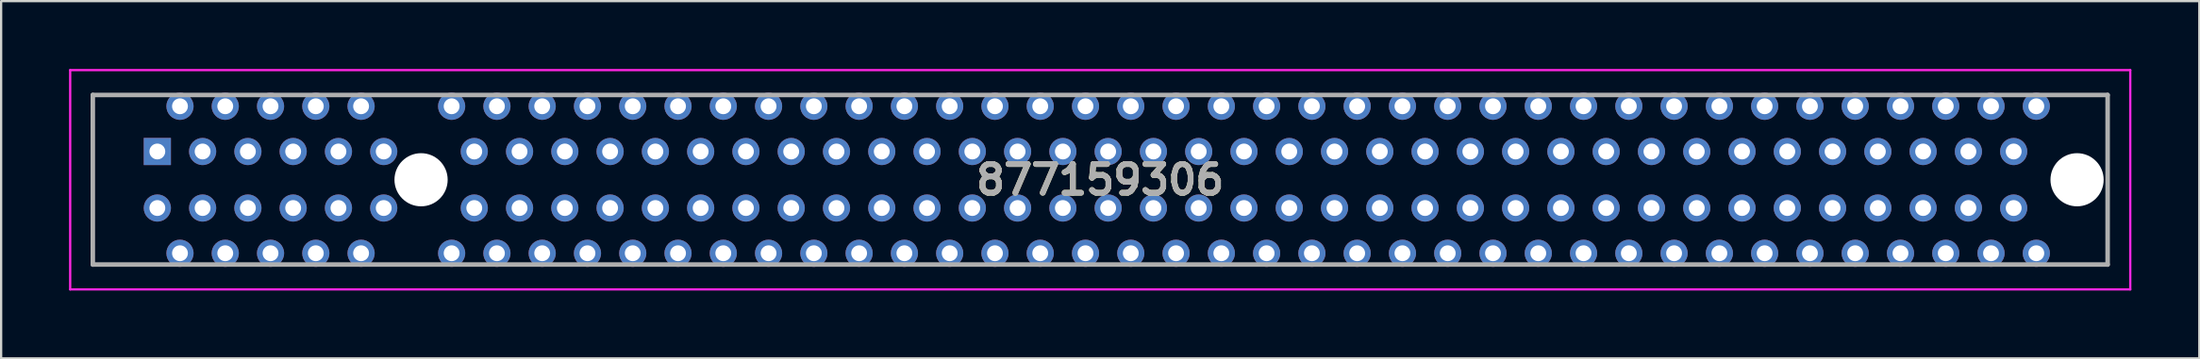
<source format=kicad_pcb>
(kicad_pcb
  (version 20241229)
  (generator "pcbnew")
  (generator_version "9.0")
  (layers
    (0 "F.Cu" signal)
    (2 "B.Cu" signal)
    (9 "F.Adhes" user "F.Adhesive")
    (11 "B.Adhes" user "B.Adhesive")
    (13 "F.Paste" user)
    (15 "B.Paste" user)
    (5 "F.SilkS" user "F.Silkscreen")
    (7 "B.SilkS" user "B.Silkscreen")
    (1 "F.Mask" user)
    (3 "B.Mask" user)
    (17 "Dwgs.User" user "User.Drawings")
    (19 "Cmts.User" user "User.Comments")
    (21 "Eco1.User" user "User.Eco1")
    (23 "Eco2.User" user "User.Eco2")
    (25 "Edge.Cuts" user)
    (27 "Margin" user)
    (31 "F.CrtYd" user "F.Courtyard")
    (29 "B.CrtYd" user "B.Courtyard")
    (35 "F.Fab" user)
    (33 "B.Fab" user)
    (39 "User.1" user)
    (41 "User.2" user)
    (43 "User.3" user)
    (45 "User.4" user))
  (footprint "877159306"
    (layer "F.Cu")
    (at 3.9 3.65)
    (property "Reference" "877159306" (at 41.65 1.25 0) (layer "F.SilkS") (effects (font (size 1.27 1.27) (thickness 0.254))))
    (attr through_hole)
    (fp_line (start -2.85 -2.5) (end -2.85 -2.5) (stroke (width 0.1) (type solid)) (layer "F.SilkS"))
    (fp_line (start -2.85 -2.5) (end -2.85 -2.5) (stroke (width 0.1) (type solid)) (layer "F.SilkS"))
    (fp_line (start -2.85 -2.5) (end -2.85 5) (stroke (width 0.1) (type solid)) (layer "F.SilkS"))
    (fp_line (start -2.85 -2.5) (end -0.25 -2.5) (stroke (width 0.1) (type solid)) (layer "F.SilkS"))
    (fp_line (start -2.85 5) (end -2.85 -2.5) (stroke (width 0.1) (type solid)) (layer "F.SilkS"))
    (fp_line (start -2.85 5) (end -2.85 5) (stroke (width 0.1) (type solid)) (layer "F.SilkS"))
    (fp_line (start -2.85 5) (end -2.85 5) (stroke (width 0.1) (type solid)) (layer "F.SilkS"))
    (fp_line (start -2.85 5) (end -0.25 5) (stroke (width 0.1) (type solid)) (layer "F.SilkS"))
    (fp_line (start -0.25 -2.5) (end -2.85 -2.5) (stroke (width 0.1) (type solid)) (layer "F.SilkS"))
    (fp_line (start -0.25 -2.5) (end -0.25 -2.5) (stroke (width 0.1) (type solid)) (layer "F.SilkS"))
    (fp_line (start -0.25 5) (end -2.85 5) (stroke (width 0.1) (type solid)) (layer "F.SilkS"))
    (fp_line (start -0.25 5) (end -0.25 5) (stroke (width 0.1) (type solid)) (layer "F.SilkS"))
    (fp_line (start 10.25 -2.5) (end 10.25 -2.5) (stroke (width 0.1) (type solid)) (layer "F.SilkS"))
    (fp_line (start 10.25 -2.5) (end 11.75 -2.5) (stroke (width 0.1) (type solid)) (layer "F.SilkS"))
    (fp_line (start 10.25 5) (end 10.25 5) (stroke (width 0.1) (type solid)) (layer "F.SilkS"))
    (fp_line (start 10.25 5) (end 11.75 5) (stroke (width 0.1) (type solid)) (layer "F.SilkS"))
    (fp_line (start 11.75 -2.5) (end 10.25 -2.5) (stroke (width 0.1) (type solid)) (layer "F.SilkS"))
    (fp_line (start 11.75 -2.5) (end 11.75 -2.5) (stroke (width 0.1) (type solid)) (layer "F.SilkS"))
    (fp_line (start 11.75 5) (end 10.25 5) (stroke (width 0.1) (type solid)) (layer "F.SilkS"))
    (fp_line (start 11.75 5) (end 11.75 5) (stroke (width 0.1) (type solid)) (layer "F.SilkS"))
    (fp_line (start 84.25 -2.5) (end 84.25 -2.5) (stroke (width 0.1) (type solid)) (layer "F.SilkS"))
    (fp_line (start 84.25 -2.5) (end 86.15 -2.5) (stroke (width 0.1) (type solid)) (layer "F.SilkS"))
    (fp_line (start 84.25 5) (end 84.25 5) (stroke (width 0.1) (type solid)) (layer "F.SilkS"))
    (fp_line (start 84.25 5) (end 86.15 5) (stroke (width 0.1) (type solid)) (layer "F.SilkS"))
    (fp_line (start 86.15 -2.5) (end 84.25 -2.5) (stroke (width 0.1) (type solid)) (layer "F.SilkS"))
    (fp_line (start 86.15 -2.5) (end 86.15 -2.5) (stroke (width 0.1) (type solid)) (layer "F.SilkS"))
    (fp_line (start 86.15 -2.5) (end 86.15 -2.5) (stroke (width 0.1) (type solid)) (layer "F.SilkS"))
    (fp_line (start 86.15 -2.5) (end 86.15 -0.5) (stroke (width 0.1) (type solid)) (layer "F.SilkS"))
    (fp_line (start 86.15 -0.5) (end 86.15 -2.5) (stroke (width 0.1) (type solid)) (layer "F.SilkS"))
    (fp_line (start 86.15 -0.5) (end 86.15 -0.5) (stroke (width 0.1) (type solid)) (layer "F.SilkS"))
    (fp_line (start 86.15 3) (end 86.15 3) (stroke (width 0.1) (type solid)) (layer "F.SilkS"))
    (fp_line (start 86.15 3) (end 86.15 5) (stroke (width 0.1) (type solid)) (layer "F.SilkS"))
    (fp_line (start 86.15 5) (end 84.25 5) (stroke (width 0.1) (type solid)) (layer "F.SilkS"))
    (fp_line (start 86.15 5) (end 86.15 3) (stroke (width 0.1) (type solid)) (layer "F.SilkS"))
    (fp_line (start 86.15 5) (end 86.15 5) (stroke (width 0.1) (type solid)) (layer "F.SilkS"))
    (fp_line (start 86.15 5) (end 86.15 5) (stroke (width 0.1) (type solid)) (layer "F.SilkS"))
    (fp_line (start -3.85 -3.6) (end 87.15 -3.6) (stroke (width 0.1) (type solid)) (layer "F.CrtYd"))
    (fp_line (start -3.85 6.1) (end -3.85 -3.6) (stroke (width 0.1) (type solid)) (layer "F.CrtYd"))
    (fp_line (start 87.15 -3.6) (end 87.15 6.1) (stroke (width 0.1) (type solid)) (layer "F.CrtYd"))
    (fp_line (start 87.15 6.1) (end -3.85 6.1) (stroke (width 0.1) (type solid)) (layer "F.CrtYd"))
    (fp_line (start -2.85 -2.5) (end -2.85 5) (stroke (width 0.2) (type solid)) (layer "F.Fab"))
    (fp_line (start -2.85 5) (end 86.15 5) (stroke (width 0.2) (type solid)) (layer "F.Fab"))
    (fp_line (start 86.15 -2.5) (end -2.85 -2.5) (stroke (width 0.2) (type solid)) (layer "F.Fab"))
    (fp_line (start 86.15 5) (end 86.15 -2.5) (stroke (width 0.2) (type solid)) (layer "F.Fab"))
    (fp_text user "${REFERENCE}" (at 41.65 1.25 0) (layer "F.Fab") (effects (font (size 1.27 1.27) (thickness 0.254))))
    (pad "" np_thru_hole circle (at 11.65 1.25) (size 2.35 2.35) (drill 2.35) (layers "*.Cu" "*.Mask"))
    (pad "" np_thru_hole circle (at 84.8 1.25) (size 2.35 2.35) (drill 2.35) (layers "*.Cu" "*.Mask"))
    (pad "A1" thru_hole rect (at 0 0) (size 1.2 1.2) (drill 0.7) (layers "*.Cu" "*.Mask"))
    (pad "A2" thru_hole circle (at 1 -2) (size 1.2 1.2) (drill 0.7) (layers "*.Cu" "*.Mask"))
    (pad "A3" thru_hole circle (at 2 0) (size 1.2 1.2) (drill 0.7) (layers "*.Cu" "*.Mask"))
    (pad "A4" thru_hole circle (at 3 -2) (size 1.2 1.2) (drill 0.7) (layers "*.Cu" "*.Mask"))
    (pad "A5" thru_hole circle (at 4 0) (size 1.2 1.2) (drill 0.7) (layers "*.Cu" "*.Mask"))
    (pad "A6" thru_hole circle (at 5 -2) (size 1.2 1.2) (drill 0.7) (layers "*.Cu" "*.Mask"))
    (pad "A7" thru_hole circle (at 6 0) (size 1.2 1.2) (drill 0.7) (layers "*.Cu" "*.Mask"))
    (pad "A8" thru_hole circle (at 7 -2) (size 1.2 1.2) (drill 0.7) (layers "*.Cu" "*.Mask"))
    (pad "A9" thru_hole circle (at 8 0) (size 1.2 1.2) (drill 0.7) (layers "*.Cu" "*.Mask"))
    (pad "A10" thru_hole circle (at 9 -2) (size 1.2 1.2) (drill 0.7) (layers "*.Cu" "*.Mask"))
    (pad "A11" thru_hole circle (at 10 0) (size 1.2 1.2) (drill 0.7) (layers "*.Cu" "*.Mask"))
    (pad "A12" thru_hole circle (at 13 -2) (size 1.2 1.2) (drill 0.7) (layers "*.Cu" "*.Mask"))
    (pad "A13" thru_hole circle (at 14 0) (size 1.2 1.2) (drill 0.7) (layers "*.Cu" "*.Mask"))
    (pad "A14" thru_hole circle (at 15 -2) (size 1.2 1.2) (drill 0.7) (layers "*.Cu" "*.Mask"))
    (pad "A15" thru_hole circle (at 16 0) (size 1.2 1.2) (drill 0.7) (layers "*.Cu" "*.Mask"))
    (pad "A16" thru_hole circle (at 17 -2) (size 1.2 1.2) (drill 0.7) (layers "*.Cu" "*.Mask"))
    (pad "A17" thru_hole circle (at 18 0) (size 1.2 1.2) (drill 0.7) (layers "*.Cu" "*.Mask"))
    (pad "A18" thru_hole circle (at 19 -2) (size 1.2 1.2) (drill 0.7) (layers "*.Cu" "*.Mask"))
    (pad "A19" thru_hole circle (at 20 0) (size 1.2 1.2) (drill 0.7) (layers "*.Cu" "*.Mask"))
    (pad "A20" thru_hole circle (at 21 -2) (size 1.2 1.2) (drill 0.7) (layers "*.Cu" "*.Mask"))
    (pad "A21" thru_hole circle (at 22 0) (size 1.2 1.2) (drill 0.7) (layers "*.Cu" "*.Mask"))
    (pad "A22" thru_hole circle (at 23 -2) (size 1.2 1.2) (drill 0.7) (layers "*.Cu" "*.Mask"))
    (pad "A23" thru_hole circle (at 24 0) (size 1.2 1.2) (drill 0.7) (layers "*.Cu" "*.Mask"))
    (pad "A24" thru_hole circle (at 25 -2) (size 1.2 1.2) (drill 0.7) (layers "*.Cu" "*.Mask"))
    (pad "A25" thru_hole circle (at 26 0) (size 1.2 1.2) (drill 0.7) (layers "*.Cu" "*.Mask"))
    (pad "A26" thru_hole circle (at 27 -2) (size 1.2 1.2) (drill 0.7) (layers "*.Cu" "*.Mask"))
    (pad "A27" thru_hole circle (at 28 0) (size 1.2 1.2) (drill 0.7) (layers "*.Cu" "*.Mask"))
    (pad "A28" thru_hole circle (at 29 -2) (size 1.2 1.2) (drill 0.7) (layers "*.Cu" "*.Mask"))
    (pad "A29" thru_hole circle (at 30 0) (size 1.2 1.2) (drill 0.7) (layers "*.Cu" "*.Mask"))
    (pad "A30" thru_hole circle (at 31 -2) (size 1.2 1.2) (drill 0.7) (layers "*.Cu" "*.Mask"))
    (pad "A31" thru_hole circle (at 32 0) (size 1.2 1.2) (drill 0.7) (layers "*.Cu" "*.Mask"))
    (pad "A32" thru_hole circle (at 33 -2) (size 1.2 1.2) (drill 0.7) (layers "*.Cu" "*.Mask"))
    (pad "A33" thru_hole circle (at 34 0) (size 1.2 1.2) (drill 0.7) (layers "*.Cu" "*.Mask"))
    (pad "A34" thru_hole circle (at 35 -2) (size 1.2 1.2) (drill 0.7) (layers "*.Cu" "*.Mask"))
    (pad "A35" thru_hole circle (at 36 0) (size 1.2 1.2) (drill 0.7) (layers "*.Cu" "*.Mask"))
    (pad "A36" thru_hole circle (at 37 -2) (size 1.2 1.2) (drill 0.7) (layers "*.Cu" "*.Mask"))
    (pad "A37" thru_hole circle (at 38 0) (size 1.2 1.2) (drill 0.7) (layers "*.Cu" "*.Mask"))
    (pad "A38" thru_hole circle (at 39 -2) (size 1.2 1.2) (drill 0.7) (layers "*.Cu" "*.Mask"))
    (pad "A39" thru_hole circle (at 40 0) (size 1.2 1.2) (drill 0.7) (layers "*.Cu" "*.Mask"))
    (pad "A40" thru_hole circle (at 41 -2) (size 1.2 1.2) (drill 0.7) (layers "*.Cu" "*.Mask"))
    (pad "A41" thru_hole circle (at 42 0) (size 1.2 1.2) (drill 0.7) (layers "*.Cu" "*.Mask"))
    (pad "A42" thru_hole circle (at 43 -2) (size 1.2 1.2) (drill 0.7) (layers "*.Cu" "*.Mask"))
    (pad "A43" thru_hole circle (at 44 0) (size 1.2 1.2) (drill 0.7) (layers "*.Cu" "*.Mask"))
    (pad "A44" thru_hole circle (at 45 -2) (size 1.2 1.2) (drill 0.7) (layers "*.Cu" "*.Mask"))
    (pad "A45" thru_hole circle (at 46 0) (size 1.2 1.2) (drill 0.7) (layers "*.Cu" "*.Mask"))
    (pad "A46" thru_hole circle (at 47 -2) (size 1.2 1.2) (drill 0.7) (layers "*.Cu" "*.Mask"))
    (pad "A47" thru_hole circle (at 48 0) (size 1.2 1.2) (drill 0.7) (layers "*.Cu" "*.Mask"))
    (pad "A48" thru_hole circle (at 49 -2) (size 1.2 1.2) (drill 0.7) (layers "*.Cu" "*.Mask"))
    (pad "A49" thru_hole circle (at 50 0) (size 1.2 1.2) (drill 0.7) (layers "*.Cu" "*.Mask"))
    (pad "A50" thru_hole circle (at 51 -2) (size 1.2 1.2) (drill 0.7) (layers "*.Cu" "*.Mask"))
    (pad "A51" thru_hole circle (at 52 0) (size 1.2 1.2) (drill 0.7) (layers "*.Cu" "*.Mask"))
    (pad "A52" thru_hole circle (at 53 -2) (size 1.2 1.2) (drill 0.7) (layers "*.Cu" "*.Mask"))
    (pad "A53" thru_hole circle (at 54 0) (size 1.2 1.2) (drill 0.7) (layers "*.Cu" "*.Mask"))
    (pad "A54" thru_hole circle (at 55 -2) (size 1.2 1.2) (drill 0.7) (layers "*.Cu" "*.Mask"))
    (pad "A55" thru_hole circle (at 56 0) (size 1.2 1.2) (drill 0.7) (layers "*.Cu" "*.Mask"))
    (pad "A56" thru_hole circle (at 57 -2) (size 1.2 1.2) (drill 0.7) (layers "*.Cu" "*.Mask"))
    (pad "A57" thru_hole circle (at 58 0) (size 1.2 1.2) (drill 0.7) (layers "*.Cu" "*.Mask"))
    (pad "A58" thru_hole circle (at 59 -2) (size 1.2 1.2) (drill 0.7) (layers "*.Cu" "*.Mask"))
    (pad "A59" thru_hole circle (at 60 0) (size 1.2 1.2) (drill 0.7) (layers "*.Cu" "*.Mask"))
    (pad "A60" thru_hole circle (at 61 -2) (size 1.2 1.2) (drill 0.7) (layers "*.Cu" "*.Mask"))
    (pad "A61" thru_hole circle (at 62 0) (size 1.2 1.2) (drill 0.7) (layers "*.Cu" "*.Mask"))
    (pad "A62" thru_hole circle (at 63 -2) (size 1.2 1.2) (drill 0.7) (layers "*.Cu" "*.Mask"))
    (pad "A63" thru_hole circle (at 64 0) (size 1.2 1.2) (drill 0.7) (layers "*.Cu" "*.Mask"))
    (pad "A64" thru_hole circle (at 65 -2) (size 1.2 1.2) (drill 0.7) (layers "*.Cu" "*.Mask"))
    (pad "A65" thru_hole circle (at 66 0) (size 1.2 1.2) (drill 0.7) (layers "*.Cu" "*.Mask"))
    (pad "A66" thru_hole circle (at 67 -2) (size 1.2 1.2) (drill 0.7) (layers "*.Cu" "*.Mask"))
    (pad "A67" thru_hole circle (at 68 0) (size 1.2 1.2) (drill 0.7) (layers "*.Cu" "*.Mask"))
    (pad "A68" thru_hole circle (at 69 -2) (size 1.2 1.2) (drill 0.7) (layers "*.Cu" "*.Mask"))
    (pad "A69" thru_hole circle (at 70 0) (size 1.2 1.2) (drill 0.7) (layers "*.Cu" "*.Mask"))
    (pad "A70" thru_hole circle (at 71 -2) (size 1.2 1.2) (drill 0.7) (layers "*.Cu" "*.Mask"))
    (pad "A71" thru_hole circle (at 72 0) (size 1.2 1.2) (drill 0.7) (layers "*.Cu" "*.Mask"))
    (pad "A72" thru_hole circle (at 73 -2) (size 1.2 1.2) (drill 0.7) (layers "*.Cu" "*.Mask"))
    (pad "A73" thru_hole circle (at 74 0) (size 1.2 1.2) (drill 0.7) (layers "*.Cu" "*.Mask"))
    (pad "A74" thru_hole circle (at 75 -2) (size 1.2 1.2) (drill 0.7) (layers "*.Cu" "*.Mask"))
    (pad "A75" thru_hole circle (at 76 0) (size 1.2 1.2) (drill 0.7) (layers "*.Cu" "*.Mask"))
    (pad "A76" thru_hole circle (at 77 -2) (size 1.2 1.2) (drill 0.7) (layers "*.Cu" "*.Mask"))
    (pad "A77" thru_hole circle (at 78 0) (size 1.2 1.2) (drill 0.7) (layers "*.Cu" "*.Mask"))
    (pad "A78" thru_hole circle (at 79 -2) (size 1.2 1.2) (drill 0.7) (layers "*.Cu" "*.Mask"))
    (pad "A79" thru_hole circle (at 80 0) (size 1.2 1.2) (drill 0.7) (layers "*.Cu" "*.Mask"))
    (pad "A80" thru_hole circle (at 81 -2) (size 1.2 1.2) (drill 0.7) (layers "*.Cu" "*.Mask"))
    (pad "A81" thru_hole circle (at 82 0) (size 1.2 1.2) (drill 0.7) (layers "*.Cu" "*.Mask"))
    (pad "A82" thru_hole circle (at 83 -2) (size 1.2 1.2) (drill 0.7) (layers "*.Cu" "*.Mask"))
    (pad "B1" thru_hole circle (at 0 2.5) (size 1.2 1.2) (drill 0.7) (layers "*.Cu" "*.Mask"))
    (pad "B2" thru_hole circle (at 1 4.5) (size 1.2 1.2) (drill 0.7) (layers "*.Cu" "*.Mask"))
    (pad "B3" thru_hole circle (at 2 2.5) (size 1.2 1.2) (drill 0.7) (layers "*.Cu" "*.Mask"))
    (pad "B4" thru_hole circle (at 3 4.5) (size 1.2 1.2) (drill 0.7) (layers "*.Cu" "*.Mask"))
    (pad "B5" thru_hole circle (at 4 2.5) (size 1.2 1.2) (drill 0.7) (layers "*.Cu" "*.Mask"))
    (pad "B6" thru_hole circle (at 5 4.5) (size 1.2 1.2) (drill 0.7) (layers "*.Cu" "*.Mask"))
    (pad "B7" thru_hole circle (at 6 2.5) (size 1.2 1.2) (drill 0.7) (layers "*.Cu" "*.Mask"))
    (pad "B8" thru_hole circle (at 7 4.5) (size 1.2 1.2) (drill 0.7) (layers "*.Cu" "*.Mask"))
    (pad "B9" thru_hole circle (at 8 2.5) (size 1.2 1.2) (drill 0.7) (layers "*.Cu" "*.Mask"))
    (pad "B10" thru_hole circle (at 9 4.5) (size 1.2 1.2) (drill 0.7) (layers "*.Cu" "*.Mask"))
    (pad "B11" thru_hole circle (at 10 2.5) (size 1.2 1.2) (drill 0.7) (layers "*.Cu" "*.Mask"))
    (pad "B12" thru_hole circle (at 13 4.5) (size 1.2 1.2) (drill 0.7) (layers "*.Cu" "*.Mask"))
    (pad "B13" thru_hole circle (at 14 2.5) (size 1.2 1.2) (drill 0.7) (layers "*.Cu" "*.Mask"))
    (pad "B14" thru_hole circle (at 15 4.5) (size 1.2 1.2) (drill 0.7) (layers "*.Cu" "*.Mask"))
    (pad "B15" thru_hole circle (at 16 2.5) (size 1.2 1.2) (drill 0.7) (layers "*.Cu" "*.Mask"))
    (pad "B16" thru_hole circle (at 17 4.5) (size 1.2 1.2) (drill 0.7) (layers "*.Cu" "*.Mask"))
    (pad "B17" thru_hole circle (at 18 2.5) (size 1.2 1.2) (drill 0.7) (layers "*.Cu" "*.Mask"))
    (pad "B18" thru_hole circle (at 19 4.5) (size 1.2 1.2) (drill 0.7) (layers "*.Cu" "*.Mask"))
    (pad "B19" thru_hole circle (at 20 2.5) (size 1.2 1.2) (drill 0.7) (layers "*.Cu" "*.Mask"))
    (pad "B20" thru_hole circle (at 21 4.5) (size 1.2 1.2) (drill 0.7) (layers "*.Cu" "*.Mask"))
    (pad "B21" thru_hole circle (at 22 2.5) (size 1.2 1.2) (drill 0.7) (layers "*.Cu" "*.Mask"))
    (pad "B22" thru_hole circle (at 23 4.5) (size 1.2 1.2) (drill 0.7) (layers "*.Cu" "*.Mask"))
    (pad "B23" thru_hole circle (at 24 2.5) (size 1.2 1.2) (drill 0.7) (layers "*.Cu" "*.Mask"))
    (pad "B24" thru_hole circle (at 25 4.5) (size 1.2 1.2) (drill 0.7) (layers "*.Cu" "*.Mask"))
    (pad "B25" thru_hole circle (at 26 2.5) (size 1.2 1.2) (drill 0.7) (layers "*.Cu" "*.Mask"))
    (pad "B26" thru_hole circle (at 27 4.5) (size 1.2 1.2) (drill 0.7) (layers "*.Cu" "*.Mask"))
    (pad "B27" thru_hole circle (at 28 2.5) (size 1.2 1.2) (drill 0.7) (layers "*.Cu" "*.Mask"))
    (pad "B28" thru_hole circle (at 29 4.5) (size 1.2 1.2) (drill 0.7) (layers "*.Cu" "*.Mask"))
    (pad "B29" thru_hole circle (at 30 2.5) (size 1.2 1.2) (drill 0.7) (layers "*.Cu" "*.Mask"))
    (pad "B30" thru_hole circle (at 31 4.5) (size 1.2 1.2) (drill 0.7) (layers "*.Cu" "*.Mask"))
    (pad "B31" thru_hole circle (at 32 2.5) (size 1.2 1.2) (drill 0.7) (layers "*.Cu" "*.Mask"))
    (pad "B32" thru_hole circle (at 33 4.5) (size 1.2 1.2) (drill 0.7) (layers "*.Cu" "*.Mask"))
    (pad "B33" thru_hole circle (at 34 2.5) (size 1.2 1.2) (drill 0.7) (layers "*.Cu" "*.Mask"))
    (pad "B34" thru_hole circle (at 35 4.5) (size 1.2 1.2) (drill 0.7) (layers "*.Cu" "*.Mask"))
    (pad "B35" thru_hole circle (at 36 2.5) (size 1.2 1.2) (drill 0.7) (layers "*.Cu" "*.Mask"))
    (pad "B36" thru_hole circle (at 37 4.5) (size 1.2 1.2) (drill 0.7) (layers "*.Cu" "*.Mask"))
    (pad "B37" thru_hole circle (at 38 2.5) (size 1.2 1.2) (drill 0.7) (layers "*.Cu" "*.Mask"))
    (pad "B38" thru_hole circle (at 39 4.5) (size 1.2 1.2) (drill 0.7) (layers "*.Cu" "*.Mask"))
    (pad "B39" thru_hole circle (at 40 2.5) (size 1.2 1.2) (drill 0.7) (layers "*.Cu" "*.Mask"))
    (pad "B40" thru_hole circle (at 41 4.5) (size 1.2 1.2) (drill 0.7) (layers "*.Cu" "*.Mask"))
    (pad "B41" thru_hole circle (at 42 2.5) (size 1.2 1.2) (drill 0.7) (layers "*.Cu" "*.Mask"))
    (pad "B42" thru_hole circle (at 43 4.5) (size 1.2 1.2) (drill 0.7) (layers "*.Cu" "*.Mask"))
    (pad "B43" thru_hole circle (at 44 2.5) (size 1.2 1.2) (drill 0.7) (layers "*.Cu" "*.Mask"))
    (pad "B44" thru_hole circle (at 45 4.5) (size 1.2 1.2) (drill 0.7) (layers "*.Cu" "*.Mask"))
    (pad "B45" thru_hole circle (at 46 2.5) (size 1.2 1.2) (drill 0.7) (layers "*.Cu" "*.Mask"))
    (pad "B46" thru_hole circle (at 47 4.5) (size 1.2 1.2) (drill 0.7) (layers "*.Cu" "*.Mask"))
    (pad "B47" thru_hole circle (at 48 2.5) (size 1.2 1.2) (drill 0.7) (layers "*.Cu" "*.Mask"))
    (pad "B48" thru_hole circle (at 49 4.5) (size 1.2 1.2) (drill 0.7) (layers "*.Cu" "*.Mask"))
    (pad "B49" thru_hole circle (at 50 2.5) (size 1.2 1.2) (drill 0.7) (layers "*.Cu" "*.Mask"))
    (pad "B50" thru_hole circle (at 51 4.5) (size 1.2 1.2) (drill 0.7) (layers "*.Cu" "*.Mask"))
    (pad "B51" thru_hole circle (at 52 2.5) (size 1.2 1.2) (drill 0.7) (layers "*.Cu" "*.Mask"))
    (pad "B52" thru_hole circle (at 53 4.5) (size 1.2 1.2) (drill 0.7) (layers "*.Cu" "*.Mask"))
    (pad "B53" thru_hole circle (at 54 2.5) (size 1.2 1.2) (drill 0.7) (layers "*.Cu" "*.Mask"))
    (pad "B54" thru_hole circle (at 55 4.5) (size 1.2 1.2) (drill 0.7) (layers "*.Cu" "*.Mask"))
    (pad "B55" thru_hole circle (at 56 2.5) (size 1.2 1.2) (drill 0.7) (layers "*.Cu" "*.Mask"))
    (pad "B56" thru_hole circle (at 57 4.5) (size 1.2 1.2) (drill 0.7) (layers "*.Cu" "*.Mask"))
    (pad "B57" thru_hole circle (at 58 2.5) (size 1.2 1.2) (drill 0.7) (layers "*.Cu" "*.Mask"))
    (pad "B58" thru_hole circle (at 59 4.5) (size 1.2 1.2) (drill 0.7) (layers "*.Cu" "*.Mask"))
    (pad "B59" thru_hole circle (at 60 2.5) (size 1.2 1.2) (drill 0.7) (layers "*.Cu" "*.Mask"))
    (pad "B60" thru_hole circle (at 61 4.5) (size 1.2 1.2) (drill 0.7) (layers "*.Cu" "*.Mask"))
    (pad "B61" thru_hole circle (at 62 2.5) (size 1.2 1.2) (drill 0.7) (layers "*.Cu" "*.Mask"))
    (pad "B62" thru_hole circle (at 63 4.5) (size 1.2 1.2) (drill 0.7) (layers "*.Cu" "*.Mask"))
    (pad "B63" thru_hole circle (at 64 2.5) (size 1.2 1.2) (drill 0.7) (layers "*.Cu" "*.Mask"))
    (pad "B64" thru_hole circle (at 65 4.5) (size 1.2 1.2) (drill 0.7) (layers "*.Cu" "*.Mask"))
    (pad "B65" thru_hole circle (at 66 2.5) (size 1.2 1.2) (drill 0.7) (layers "*.Cu" "*.Mask"))
    (pad "B66" thru_hole circle (at 67 4.5) (size 1.2 1.2) (drill 0.7) (layers "*.Cu" "*.Mask"))
    (pad "B67" thru_hole circle (at 68 2.5) (size 1.2 1.2) (drill 0.7) (layers "*.Cu" "*.Mask"))
    (pad "B68" thru_hole circle (at 69 4.5) (size 1.2 1.2) (drill 0.7) (layers "*.Cu" "*.Mask"))
    (pad "B69" thru_hole circle (at 70 2.5) (size 1.2 1.2) (drill 0.7) (layers "*.Cu" "*.Mask"))
    (pad "B70" thru_hole circle (at 71 4.5) (size 1.2 1.2) (drill 0.7) (layers "*.Cu" "*.Mask"))
    (pad "B71" thru_hole circle (at 72 2.5) (size 1.2 1.2) (drill 0.7) (layers "*.Cu" "*.Mask"))
    (pad "B72" thru_hole circle (at 73 4.5) (size 1.2 1.2) (drill 0.7) (layers "*.Cu" "*.Mask"))
    (pad "B73" thru_hole circle (at 74 2.5) (size 1.2 1.2) (drill 0.7) (layers "*.Cu" "*.Mask"))
    (pad "B74" thru_hole circle (at 75 4.5) (size 1.2 1.2) (drill 0.7) (layers "*.Cu" "*.Mask"))
    (pad "B75" thru_hole circle (at 76 2.5) (size 1.2 1.2) (drill 0.7) (layers "*.Cu" "*.Mask"))
    (pad "B76" thru_hole circle (at 77 4.5) (size 1.2 1.2) (drill 0.7) (layers "*.Cu" "*.Mask"))
    (pad "B77" thru_hole circle (at 78 2.5) (size 1.2 1.2) (drill 0.7) (layers "*.Cu" "*.Mask"))
    (pad "B78" thru_hole circle (at 79 4.5) (size 1.2 1.2) (drill 0.7) (layers "*.Cu" "*.Mask"))
    (pad "B79" thru_hole circle (at 80 2.5) (size 1.2 1.2) (drill 0.7) (layers "*.Cu" "*.Mask"))
    (pad "B80" thru_hole circle (at 81 4.5) (size 1.2 1.2) (drill 0.7) (layers "*.Cu" "*.Mask"))
    (pad "B81" thru_hole circle (at 82 2.5) (size 1.2 1.2) (drill 0.7) (layers "*.Cu" "*.Mask"))
    (pad "B82" thru_hole circle (at 83 4.5) (size 1.2 1.2) (drill 0.7) (layers "*.Cu" "*.Mask")))
  (gr_rect
    (start -3 -3)
    (end 94.1 12.8)
    (stroke (width 0.1) (type default))
    (fill no)
    (layer "Edge.Cuts")))
</source>
